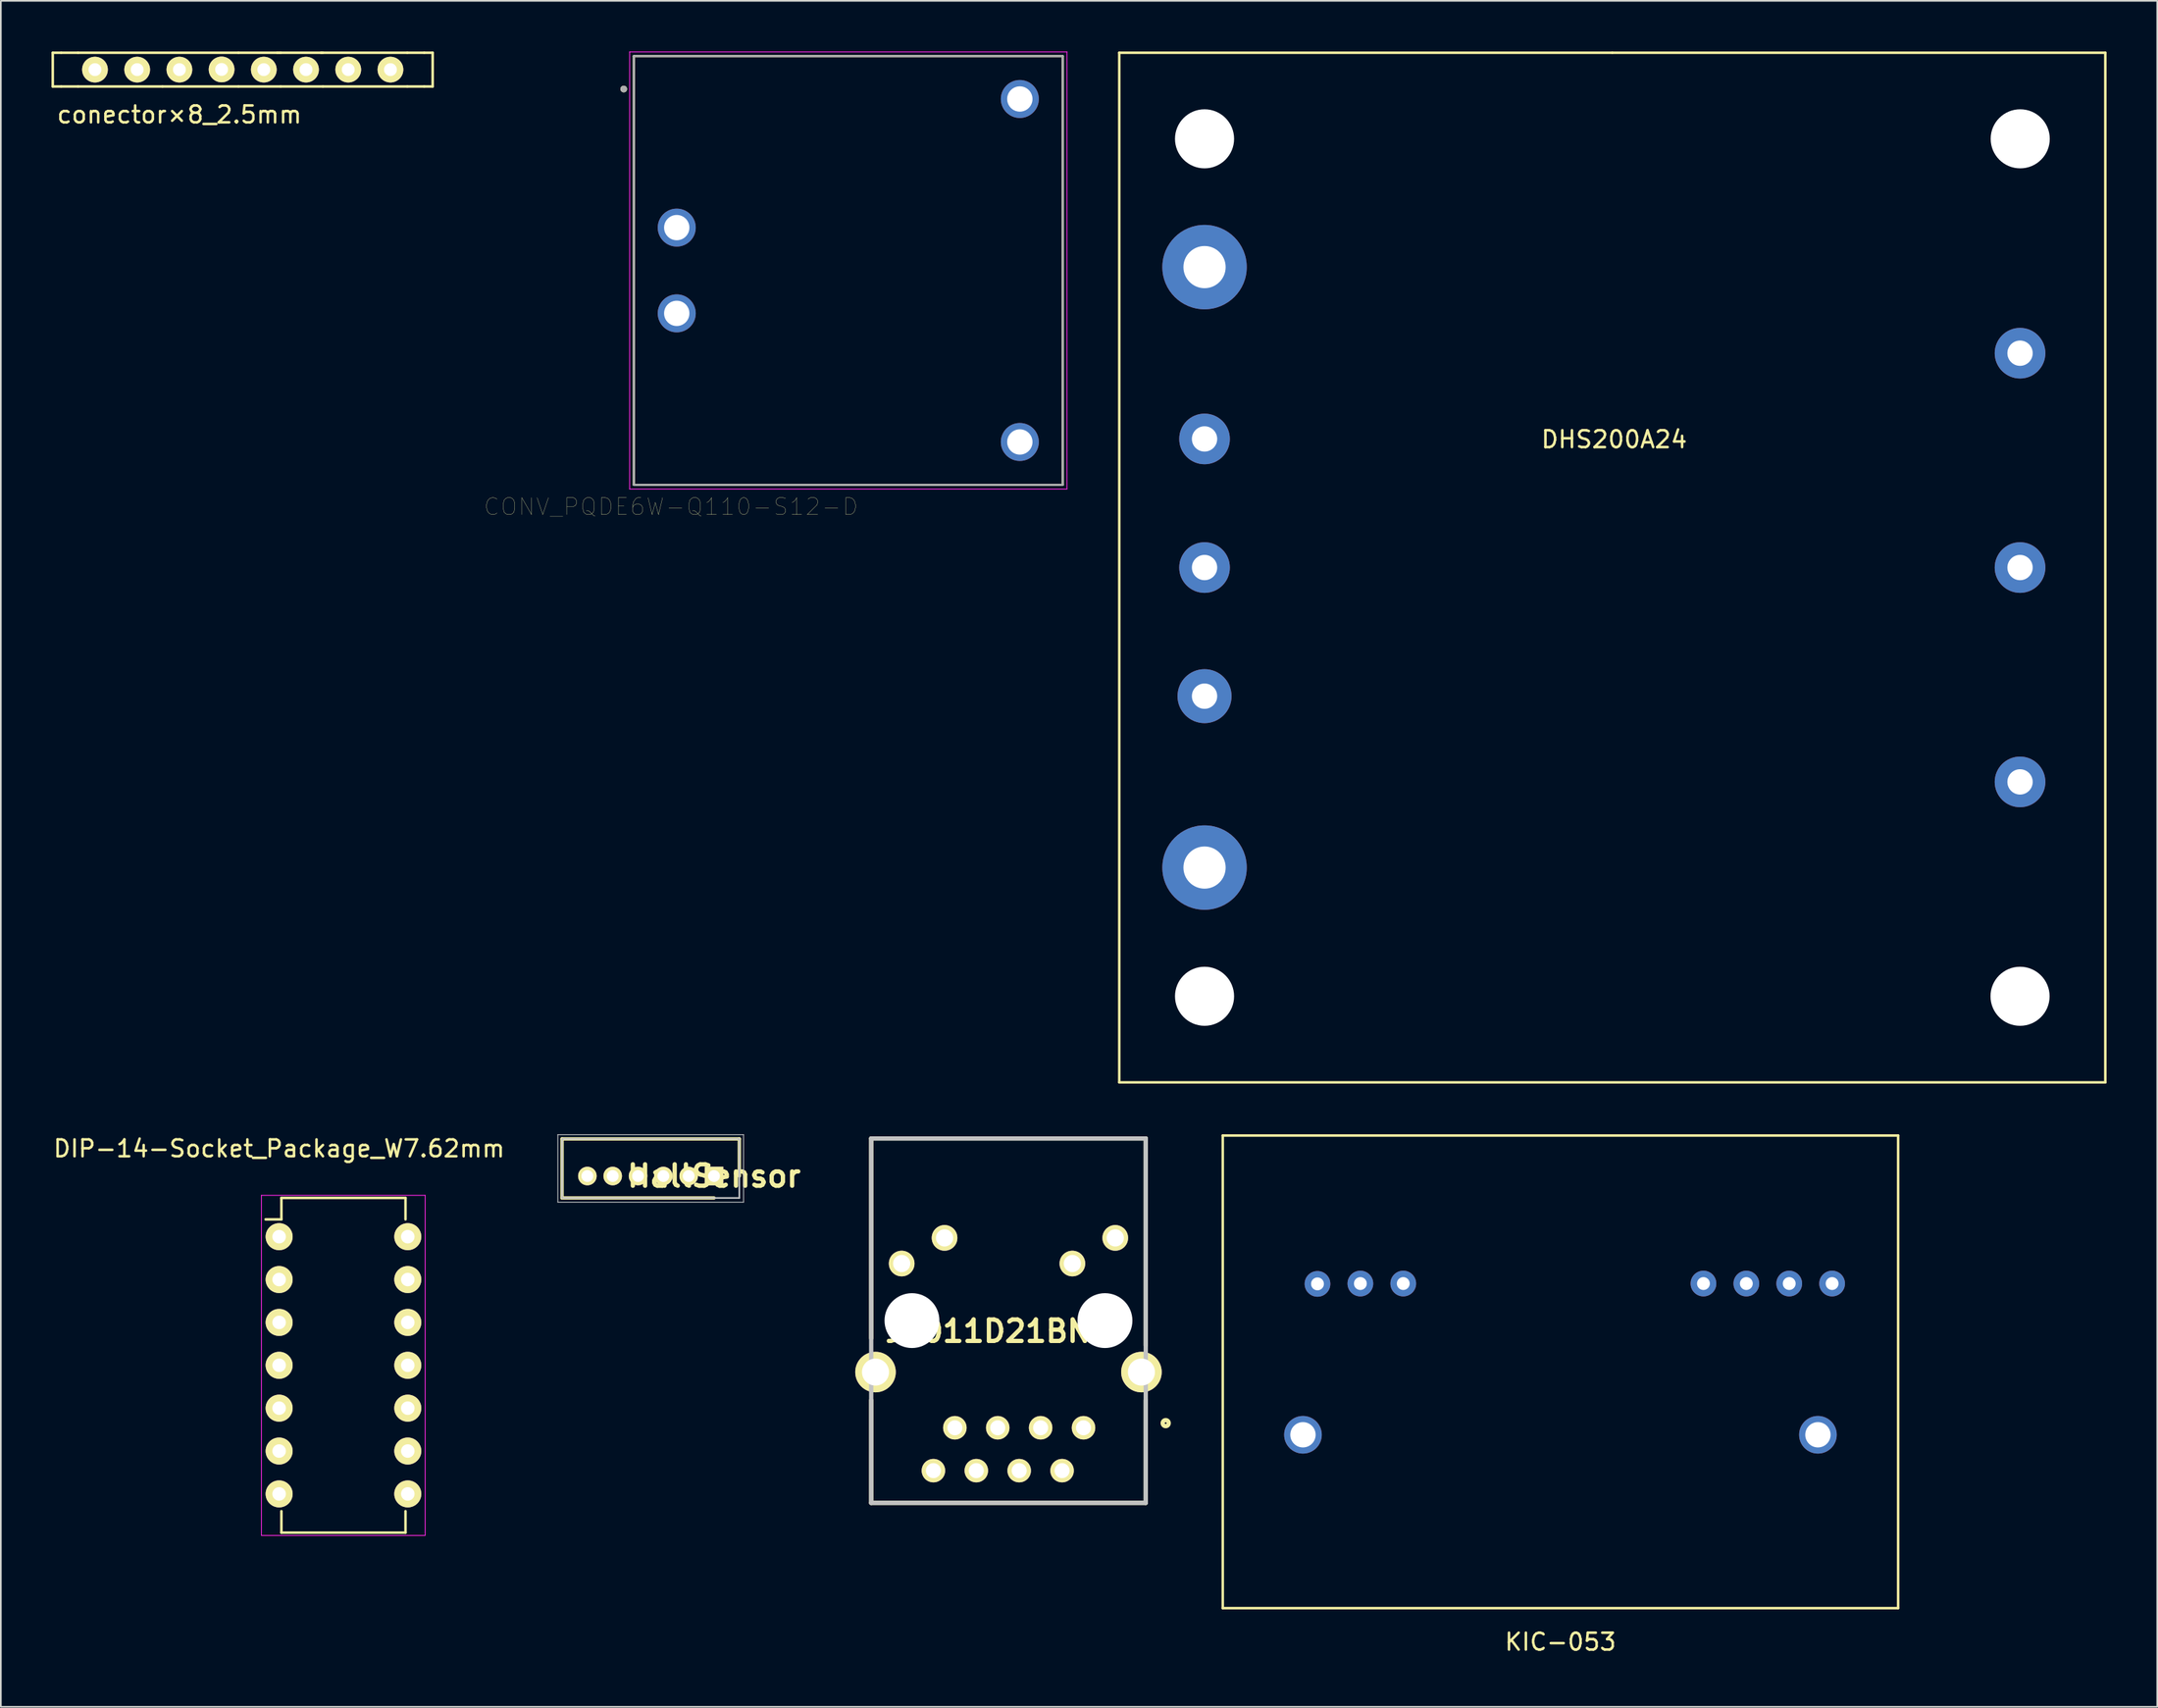
<source format=kicad_pcb>
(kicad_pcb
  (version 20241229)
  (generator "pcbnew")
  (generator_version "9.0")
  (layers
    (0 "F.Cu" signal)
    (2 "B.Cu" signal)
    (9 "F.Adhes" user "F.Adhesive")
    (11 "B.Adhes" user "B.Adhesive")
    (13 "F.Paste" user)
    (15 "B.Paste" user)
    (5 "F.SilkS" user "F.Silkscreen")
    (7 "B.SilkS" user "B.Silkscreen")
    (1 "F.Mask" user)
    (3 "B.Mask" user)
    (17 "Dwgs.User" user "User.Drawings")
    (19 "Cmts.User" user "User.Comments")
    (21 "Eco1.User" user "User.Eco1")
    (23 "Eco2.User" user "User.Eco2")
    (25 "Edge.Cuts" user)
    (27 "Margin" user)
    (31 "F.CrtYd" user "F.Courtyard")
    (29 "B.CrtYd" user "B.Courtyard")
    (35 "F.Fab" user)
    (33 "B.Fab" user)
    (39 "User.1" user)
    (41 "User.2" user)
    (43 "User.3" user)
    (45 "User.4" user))
  (footprint "HallSensor"
    (layer "F.Cu")
    (at 39.239 66.625)
    (property "Reference" "HallSensor" (at 0 0 0) (layer "F.SilkS") (effects (font (size 1.27 1.27) (thickness 0.254))))
    (attr through_hole)
    (fp_line (start -9 -2.2) (end 1.5 -2.2) (stroke (width 0.2) (type solid)) (layer "F.SilkS"))
    (fp_line (start -9 1.3) (end -9 -2.2) (stroke (width 0.2) (type solid)) (layer "F.SilkS"))
    (fp_line (start 0 1.3) (end -9 1.3) (stroke (width 0.2) (type solid)) (layer "F.SilkS"))
    (fp_line (start 1.5 -2.2) (end 1.5 0) (stroke (width 0.2) (type solid)) (layer "F.SilkS"))
    (fp_line (start -9.25 -2.45) (end 1.75 -2.45) (stroke (width 0.05) (type solid)) (layer "Dwgs.User"))
    (fp_line (start -9.25 1.55) (end -9.25 -2.45) (stroke (width 0.05) (type solid)) (layer "Dwgs.User"))
    (fp_line (start -9 -2.2) (end 1.5 -2.2) (stroke (width 0.1) (type solid)) (layer "Dwgs.User"))
    (fp_line (start -9 1.3) (end -9 -2.2) (stroke (width 0.1) (type solid)) (layer "Dwgs.User"))
    (fp_line (start 1.5 -2.2) (end 1.5 1.3) (stroke (width 0.1) (type solid)) (layer "Dwgs.User"))
    (fp_line (start 1.5 1.3) (end -9 1.3) (stroke (width 0.1) (type solid)) (layer "Dwgs.User"))
    (fp_line (start 1.75 -2.45) (end 1.75 1.55) (stroke (width 0.05) (type solid)) (layer "Dwgs.User"))
    (fp_line (start 1.75 1.55) (end -9.25 1.55) (stroke (width 0.05) (type solid)) (layer "Dwgs.User"))
    (pad "1" thru_hole rect (at 0 0 90) (size 1.1 1.1) (drill 0.7) (layers "*.Cu" "*.Mask" "F.SilkS"))
    (pad "2" thru_hole circle (at -1.5 0 90) (size 1.1 1.1) (drill 0.7) (layers "*.Cu" "*.Mask" "F.SilkS"))
    (pad "3" thru_hole circle (at -3 0 90) (size 1.1 1.1) (drill 0.7) (layers "*.Cu" "*.Mask" "F.SilkS"))
    (pad "4" thru_hole circle (at -4.5 0 90) (size 1.1 1.1) (drill 0.7) (layers "*.Cu" "*.Mask" "F.SilkS"))
    (pad "5" thru_hole circle (at -6 0 90) (size 1.1 1.1) (drill 0.7) (layers "*.Cu" "*.Mask" "F.SilkS"))
    (pad "6" thru_hole circle (at -7.5 0 90) (size 1.1 1.1) (drill 0.7) (layers "*.Cu" "*.Mask" "F.SilkS")))
  (footprint "DIP-14-Socket_Package_W7.62mm"
    (layer "F.Cu")
    (at 13.482 70.218)
    (property "Reference" "DIP-14-Socket_Package_W7.62mm" (at 0 -5.22 0) (layer "F.SilkS") (effects (font (size 1 1) (thickness 0.15))))
    (attr through_hole)
    (fp_line (start 0.135 -2.295) (end 0.135 -1.025) (stroke (width 0.15) (type solid)) (layer "F.SilkS"))
    (fp_line (start 0.135 -2.295) (end 7.485 -2.295) (stroke (width 0.15) (type solid)) (layer "F.SilkS"))
    (fp_line (start 0.135 -1.025) (end -0.8 -1.025) (stroke (width 0.15) (type solid)) (layer "F.SilkS"))
    (fp_line (start 0.135 17.535) (end 0.135 16.265) (stroke (width 0.15) (type solid)) (layer "F.SilkS"))
    (fp_line (start 0.135 17.535) (end 7.485 17.535) (stroke (width 0.15) (type solid)) (layer "F.SilkS"))
    (fp_line (start 7.485 -2.295) (end 7.485 -1.025) (stroke (width 0.15) (type solid)) (layer "F.SilkS"))
    (fp_line (start 7.485 17.535) (end 7.485 16.265) (stroke (width 0.15) (type solid)) (layer "F.SilkS"))
    (fp_line (start -1.05 -2.45) (end -1.05 17.7) (stroke (width 0.05) (type solid)) (layer "F.CrtYd"))
    (fp_line (start -1.05 -2.45) (end 8.65 -2.45) (stroke (width 0.05) (type solid)) (layer "F.CrtYd"))
    (fp_line (start -1.05 17.7) (end 8.65 17.7) (stroke (width 0.05) (type solid)) (layer "F.CrtYd"))
    (fp_line (start 8.65 -2.45) (end 8.65 17.7) (stroke (width 0.05) (type solid)) (layer "F.CrtYd"))
    (pad "1" thru_hole oval (at 0 0) (size 1.6 1.6) (drill 0.8) (layers "*.Cu" "*.Mask" "F.SilkS"))
    (pad "2" thru_hole oval (at 0 2.54) (size 1.6 1.6) (drill 0.8) (layers "*.Cu" "*.Mask" "F.SilkS"))
    (pad "3" thru_hole oval (at 0 5.08) (size 1.6 1.6) (drill 0.8) (layers "*.Cu" "*.Mask" "F.SilkS"))
    (pad "4" thru_hole oval (at 0 7.62) (size 1.6 1.6) (drill 0.8) (layers "*.Cu" "*.Mask" "F.SilkS"))
    (pad "5" thru_hole oval (at 0 10.16) (size 1.6 1.6) (drill 0.8) (layers "*.Cu" "*.Mask" "F.SilkS"))
    (pad "6" thru_hole oval (at 0 12.7) (size 1.6 1.6) (drill 0.8) (layers "*.Cu" "*.Mask" "F.SilkS"))
    (pad "7" thru_hole oval (at 0 15.24) (size 1.6 1.6) (drill 0.8) (layers "*.Cu" "*.Mask" "F.SilkS"))
    (pad "8" thru_hole oval (at 7.62 15.24) (size 1.6 1.6) (drill 0.8) (layers "*.Cu" "*.Mask" "F.SilkS"))
    (pad "9" thru_hole oval (at 7.62 12.7) (size 1.6 1.6) (drill 0.8) (layers "*.Cu" "*.Mask" "F.SilkS"))
    (pad "10" thru_hole oval (at 7.62 10.16) (size 1.6 1.6) (drill 0.8) (layers "*.Cu" "*.Mask" "F.SilkS"))
    (pad "11" thru_hole oval (at 7.62 7.62) (size 1.6 1.6) (drill 0.8) (layers "*.Cu" "*.Mask" "F.SilkS"))
    (pad "12" thru_hole oval (at 7.62 5.08) (size 1.6 1.6) (drill 0.8) (layers "*.Cu" "*.Mask" "F.SilkS"))
    (pad "13" thru_hole oval (at 7.62 2.54) (size 1.6 1.6) (drill 0.8) (layers "*.Cu" "*.Mask" "F.SilkS"))
    (pad "14" thru_hole oval (at 7.62 0) (size 1.6 1.6) (drill 0.8) (layers "*.Cu" "*.Mask" "F.SilkS")))
  (footprint "J0011D21BNL"
    (layer "F.Cu")
    (at 48.549 64.4)
    (property "Reference" "J0011D21BNL" (at 7.425 11.42 0) (layer "F.SilkS") (effects (font (size 1.27 1.27) (thickness 0.254))))
    (attr through_hole)
    (fp_line (start 0 0) (end 0 11.839) (stroke (width 0.254) (type solid)) (layer "F.SilkS"))
    (fp_line (start 0 21.59) (end 0 15.504) (stroke (width 0.254) (type solid)) (layer "F.SilkS"))
    (fp_line (start 16.26 0) (end 0 0) (stroke (width 0.254) (type solid)) (layer "F.SilkS"))
    (fp_line (start 16.26 0) (end 16.26 12.258) (stroke (width 0.254) (type solid)) (layer "F.SilkS"))
    (fp_line (start 16.26 21.59) (end 0 21.59) (stroke (width 0.254) (type solid)) (layer "F.SilkS"))
    (fp_line (start 16.26 21.59) (end 16.26 15.504) (stroke (width 0.254) (type solid)) (layer "F.SilkS"))
    (fp_circle (center 17.443 16.865) (end 17.265 16.865) (stroke (width 0.254) (type solid)) (fill no) (layer "F.SilkS"))
    (fp_line (start 0 0) (end 16.26 0) (stroke (width 0.254) (type solid)) (layer "Dwgs.User"))
    (fp_line (start 0 21.59) (end 0 0) (stroke (width 0.254) (type solid)) (layer "Dwgs.User"))
    (fp_line (start 16.26 0) (end 16.26 21.59) (stroke (width 0.254) (type solid)) (layer "Dwgs.User"))
    (fp_line (start 16.26 21.59) (end 0 21.59) (stroke (width 0.254) (type solid)) (layer "Dwgs.User"))
    (pad "" np_thru_hole circle (at 2.415 10.79 90) (size 3.25 3.25) (drill 3.25) (layers "*.Cu" "*.Mask"))
    (pad "" np_thru_hole circle (at 13.845 10.79 90) (size 3.25 3.25) (drill 3.25) (layers "*.Cu" "*.Mask"))
    (pad "1" thru_hole circle (at 12.575 17.14 90) (size 1.39 1.39) (drill 0.89) (layers "*.Cu" "*.Mask" "F.SilkS"))
    (pad "2" thru_hole circle (at 11.305 19.68 90) (size 1.39 1.39) (drill 0.89) (layers "*.Cu" "*.Mask" "F.SilkS"))
    (pad "3" thru_hole circle (at 10.035 17.14 90) (size 1.39 1.39) (drill 0.89) (layers "*.Cu" "*.Mask" "F.SilkS"))
    (pad "4" thru_hole circle (at 8.765 19.68 90) (size 1.39 1.39) (drill 0.89) (layers "*.Cu" "*.Mask" "F.SilkS"))
    (pad "5" thru_hole circle (at 7.495 17.14 90) (size 1.39 1.39) (drill 0.89) (layers "*.Cu" "*.Mask" "F.SilkS"))
    (pad "6" thru_hole circle (at 6.225 19.68 90) (size 1.39 1.39) (drill 0.89) (layers "*.Cu" "*.Mask" "F.SilkS"))
    (pad "7" thru_hole circle (at 4.955 17.14 90) (size 1.39 1.39) (drill 0.89) (layers "*.Cu" "*.Mask" "F.SilkS"))
    (pad "8" thru_hole circle (at 3.685 19.68 90) (size 1.39 1.39) (drill 0.89) (layers "*.Cu" "*.Mask" "F.SilkS"))
    (pad "9" thru_hole circle (at 14.455 5.89 90) (size 1.52 1.52) (drill 1.02) (layers "*.Cu" "*.Mask" "F.SilkS"))
    (pad "10" thru_hole circle (at 11.915 7.41 90) (size 1.52 1.52) (drill 1.02) (layers "*.Cu" "*.Mask" "F.SilkS"))
    (pad "11" thru_hole circle (at 4.345 5.89 90) (size 1.52 1.52) (drill 1.02) (layers "*.Cu" "*.Mask" "F.SilkS"))
    (pad "12" thru_hole circle (at 1.805 7.41 90) (size 1.52 1.52) (drill 1.02) (layers "*.Cu" "*.Mask" "F.SilkS"))
    (pad "SH" thru_hole circle (at 0.255 13.84 90) (size 2.4 2.4) (drill 1.6) (layers "*.Cu" "*.Mask" "F.SilkS"))
    (pad "SH" thru_hole circle (at 16.005 13.84 90) (size 2.4 2.4) (drill 1.6) (layers "*.Cu" "*.Mask" "F.SilkS")))
  (footprint "DHS200A24"
    (layer "F.Cu")
    (at 92.442 30.575)
    (property "Reference" "DHS200A24" (at 0.111 -7.591 0) (layer "F.SilkS") (effects (font (size 1 1) (thickness 0.15))))
    (attr through_hole)
    (fp_line (start -29.2 -30.5) (end -29.2 30.5) (stroke (width 0.15) (type solid)) (layer "F.SilkS"))
    (fp_line (start -29.2 30.5) (end 29.2 30.5) (stroke (width 0.15) (type solid)) (layer "F.SilkS"))
    (fp_line (start 0 -30.5) (end -29.2 -30.5) (stroke (width 0.15) (type solid)) (layer "F.SilkS"))
    (fp_line (start 29.2 -30.5) (end 0 -30.5) (stroke (width 0.15) (type solid)) (layer "F.SilkS"))
    (fp_line (start 29.2 30.5) (end 29.2 -30.5) (stroke (width 0.15) (type solid)) (layer "F.SilkS"))
    (pad "" np_thru_hole circle (at -24.15 -25.4) (size 3.5 3.5) (drill 3.5) (layers "*.Cu" "*.Mask"))
    (pad "" np_thru_hole circle (at -24.15 25.4) (size 3.5 3.5) (drill 3.5) (layers "*.Cu" "*.Mask"))
    (pad "" np_thru_hole circle (at 24.15 25.4) (size 3.5 3.5) (drill 3.5) (layers "*.Cu" "*.Mask"))
    (pad "" np_thru_hole circle (at 24.16 -25.4) (size 3.5 3.5) (drill 3.5) (layers "*.Cu" "*.Mask"))
    (pad "1" thru_hole circle (at 24.15 -12.7) (size 3 3) (drill 1.5) (layers "*.Cu" "*.Mask"))
    (pad "2" thru_hole circle (at 24.15 0) (size 3 3) (drill 1.5) (layers "*.Cu" "*.Mask"))
    (pad "3" thru_hole circle (at 24.15 12.7) (size 3 3) (drill 1.5) (layers "*.Cu" "*.Mask"))
    (pad "4" thru_hole circle (at -24.15 17.775) (size 5 5) (drill 2.5) (layers "*.Cu" "*.Mask"))
    (pad "5" thru_hole circle (at -24.15 7.62) (size 3.2 3.2) (drill 1.5) (layers "*.Cu" "*.Mask"))
    (pad "6" thru_hole circle (at -24.15 0) (size 3 3) (drill 1.5) (layers "*.Cu" "*.Mask"))
    (pad "7" thru_hole circle (at -24.15 -7.62) (size 3 3) (drill 1.5) (layers "*.Cu" "*.Mask"))
    (pad "8" thru_hole circle (at -24.15 -17.8) (size 5 5) (drill 2.5) (layers "*.Cu" "*.Mask")))
  (footprint "KIC-053"
    (layer "F.Cu")
    (at 89.371 78.225)
    (property "Reference" "KIC-053" (at 0 16 0) (layer "F.SilkS") (effects (font (size 1 1) (thickness 0.15))))
    (attr through_hole)
    (fp_line (start -20 -14) (end -20 14) (stroke (width 0.15) (type solid)) (layer "F.SilkS"))
    (fp_line (start -20 14) (end 20 14) (stroke (width 0.15) (type solid)) (layer "F.SilkS"))
    (fp_line (start 20 -14) (end -20 -14) (stroke (width 0.15) (type solid)) (layer "F.SilkS"))
    (fp_line (start 20 14) (end 20 -14) (stroke (width 0.15) (type solid)) (layer "F.SilkS"))
    (pad "1" thru_hole circle (at 16.09 -5.23) (size 1.524 1.524) (drill 0.762) (layers "*.Cu" "*.Mask"))
    (pad "2" thru_hole circle (at 13.55 -5.23) (size 1.524 1.524) (drill 0.762) (layers "*.Cu" "*.Mask"))
    (pad "3" thru_hole circle (at 11.01 -5.23) (size 1.524 1.524) (drill 0.762) (layers "*.Cu" "*.Mask"))
    (pad "4" thru_hole circle (at 8.47 -5.23) (size 1.524 1.524) (drill 0.762) (layers "*.Cu" "*.Mask"))
    (pad "5" thru_hole circle (at -9.31 -5.23) (size 1.524 1.524) (drill 0.762) (layers "*.Cu" "*.Mask"))
    (pad "6" thru_hole circle (at -11.85 -5.23) (size 1.524 1.524) (drill 0.762) (layers "*.Cu" "*.Mask"))
    (pad "7" thru_hole circle (at -14.39 -5.21) (size 1.524 1.524) (drill 0.762) (layers "*.Cu" "*.Mask"))
    (pad "11" thru_hole circle (at 15.25 3.73) (size 2.23 2.23) (drill 1.5) (layers "*.Cu" "*.Mask"))
    (pad "12" thru_hole circle (at -15.25 3.73) (size 2.23 2.23) (drill 1.5) (layers "*.Cu" "*.Mask")))
  (footprint "CONV_PQDE6W-Q110-S12-D"
    (layer "F.Cu")
    (at 47.192 12.975)
    (property "Reference" "CONV_PQDE6W-Q110-S12-D" (at -10.5 14 0) (layer "F.SilkS") (effects (font (size 1 1) (thickness 0.015))))
    (attr through_hole)
    (fp_line (start -12.7 -12.7) (end -12.7 12.7) (stroke (width 0.127) (type solid)) (layer "F.SilkS"))
    (fp_line (start -12.7 12.7) (end 12.7 12.7) (stroke (width 0.127) (type solid)) (layer "F.SilkS"))
    (fp_line (start 12.7 -12.7) (end -12.7 -12.7) (stroke (width 0.127) (type solid)) (layer "F.SilkS"))
    (fp_line (start 12.7 12.7) (end 12.7 -12.7) (stroke (width 0.127) (type solid)) (layer "F.SilkS"))
    (fp_circle (center -13.3 -10.75) (end -13.2 -10.75) (stroke (width 0.2) (type solid)) (fill no) (layer "F.SilkS"))
    (fp_line (start -12.95 -12.95) (end -12.95 12.95) (stroke (width 0.05) (type solid)) (layer "F.CrtYd"))
    (fp_line (start -12.95 12.95) (end 12.95 12.95) (stroke (width 0.05) (type solid)) (layer "F.CrtYd"))
    (fp_line (start 12.95 -12.95) (end -12.95 -12.95) (stroke (width 0.05) (type solid)) (layer "F.CrtYd"))
    (fp_line (start 12.95 12.95) (end 12.95 -12.95) (stroke (width 0.05) (type solid)) (layer "F.CrtYd"))
    (fp_line (start -12.7 -12.7) (end -12.7 12.7) (stroke (width 0.127) (type solid)) (layer "F.Fab"))
    (fp_line (start -12.7 12.7) (end 12.7 12.7) (stroke (width 0.127) (type solid)) (layer "F.Fab"))
    (fp_line (start 12.7 -12.7) (end -12.7 -12.7) (stroke (width 0.127) (type solid)) (layer "F.Fab"))
    (fp_line (start 12.7 12.7) (end 12.7 -12.7) (stroke (width 0.127) (type solid)) (layer "F.Fab"))
    (fp_circle (center -13.3 -10.75) (end -13.2 -10.75) (stroke (width 0.2) (type solid)) (fill no) (layer "F.Fab"))
    (pad "2" thru_hole circle (at -10.16 -2.54) (size 2.25 2.25) (drill 1.5) (layers "*.Cu" "*.Mask"))
    (pad "3" thru_hole circle (at -10.16 2.54) (size 2.25 2.25) (drill 1.5) (layers "*.Cu" "*.Mask"))
    (pad "4" thru_hole circle (at 10.16 10.16) (size 2.25 2.25) (drill 1.5) (layers "*.Cu" "*.Mask"))
    (pad "6" thru_hole circle (at 10.16 -10.16) (size 2.25 2.25) (drill 1.5) (layers "*.Cu" "*.Mask")))
  (footprint "conector×8_2.5mm"
    (layer "F.Cu")
    (at 7.575 1.075)
    (property "Reference" "conector×8_2.5mm" (at 0 2.667 0) (layer "F.SilkS") (effects (font (size 1 1) (thickness 0.15))))
    (attr through_hole)
    (fp_line (start -7.5 -1) (end -7.5 1) (stroke (width 0.15) (type solid)) (layer "F.SilkS"))
    (fp_line (start -7.5 1) (end -7 1) (stroke (width 0.15) (type solid)) (layer "F.SilkS"))
    (fp_line (start -7 -1) (end -7.5 -1) (stroke (width 0.15) (type solid)) (layer "F.SilkS"))
    (fp_line (start -6 -1) (end -7 -1) (stroke (width 0.15) (type solid)) (layer "F.SilkS"))
    (fp_line (start -6 -1) (end 3.5 -1) (stroke (width 0.15) (type solid)) (layer "F.SilkS"))
    (fp_line (start -6 1) (end -7 1) (stroke (width 0.15) (type solid)) (layer "F.SilkS"))
    (fp_line (start -1 1) (end -6 1) (stroke (width 0.15) (type solid)) (layer "F.SilkS"))
    (fp_line (start -1 1) (end 3.5 1) (stroke (width 0.15) (type solid)) (layer "F.SilkS"))
    (fp_line (start 3.5 -1) (end 5.8 -1) (stroke (width 0.15) (type solid)) (layer "F.SilkS"))
    (fp_line (start 5.8 -1) (end 5.9 -1) (stroke (width 0.15) (type solid)) (layer "F.SilkS"))
    (fp_line (start 5.9 -1) (end 6 -1) (stroke (width 0.15) (type solid)) (layer "F.SilkS"))
    (fp_line (start 6 -1) (end 8.4 -1) (stroke (width 0.15) (type solid)) (layer "F.SilkS"))
    (fp_line (start 6 1) (end 3.5 1) (stroke (width 0.15) (type solid)) (layer "F.SilkS"))
    (fp_line (start 8.4 -1) (end 8.5 -1) (stroke (width 0.15) (type solid)) (layer "F.SilkS"))
    (fp_line (start 8.5 1) (end 6 1) (stroke (width 0.15) (type solid)) (layer "F.SilkS"))
    (fp_line (start 8.5 1) (end 13.5 1) (stroke (width 0.15) (type solid)) (layer "F.SilkS"))
    (fp_line (start 13.5 -1) (end 8.4 -1) (stroke (width 0.15) (type solid)) (layer "F.SilkS"))
    (fp_line (start 13.5 -1) (end 14.5 -1) (stroke (width 0.15) (type solid)) (layer "F.SilkS"))
    (fp_line (start 14.5 -1) (end 15 -1) (stroke (width 0.15) (type solid)) (layer "F.SilkS"))
    (fp_line (start 14.5 1) (end 13.5 1) (stroke (width 0.15) (type solid)) (layer "F.SilkS"))
    (fp_line (start 15 1) (end 14.5 1) (stroke (width 0.15) (type solid)) (layer "F.SilkS"))
    (fp_line (start 15 1) (end 15 -1) (stroke (width 0.15) (type solid)) (layer "F.SilkS"))
    (pad "1" thru_hole circle (at -5 0) (size 1.524 1.524) (drill 0.762) (layers "*.Cu" "*.Mask" "F.SilkS"))
    (pad "2" thru_hole circle (at -2.5 0) (size 1.524 1.524) (drill 0.762) (layers "*.Cu" "*.Mask" "F.SilkS"))
    (pad "3" thru_hole circle (at 0 0) (size 1.524 1.524) (drill 0.762) (layers "*.Cu" "*.Mask" "F.SilkS"))
    (pad "4" thru_hole circle (at 2.5 -0.01) (size 1.524 1.524) (drill 0.762) (layers "*.Cu" "*.Mask" "F.SilkS"))
    (pad "5" thru_hole circle (at 5 0) (size 1.524 1.524) (drill 0.762) (layers "*.Cu" "*.Mask" "F.SilkS"))
    (pad "6" thru_hole circle (at 7.5 0) (size 1.524 1.524) (drill 0.762) (layers "*.Cu" "*.Mask" "F.SilkS"))
    (pad "7" thru_hole circle (at 10 0) (size 1.524 1.524) (drill 0.762) (layers "*.Cu" "*.Mask" "F.SilkS"))
    (pad "8" thru_hole circle (at 12.5 0) (size 1.524 1.524) (drill 0.762) (layers "*.Cu" "*.Mask" "F.SilkS")))
  (gr_rect
    (start -3 -3)
    (end 124.717 98.073)
    (stroke (width 0.1) (type default))
    (fill no)
    (layer "Edge.Cuts")))
</source>
